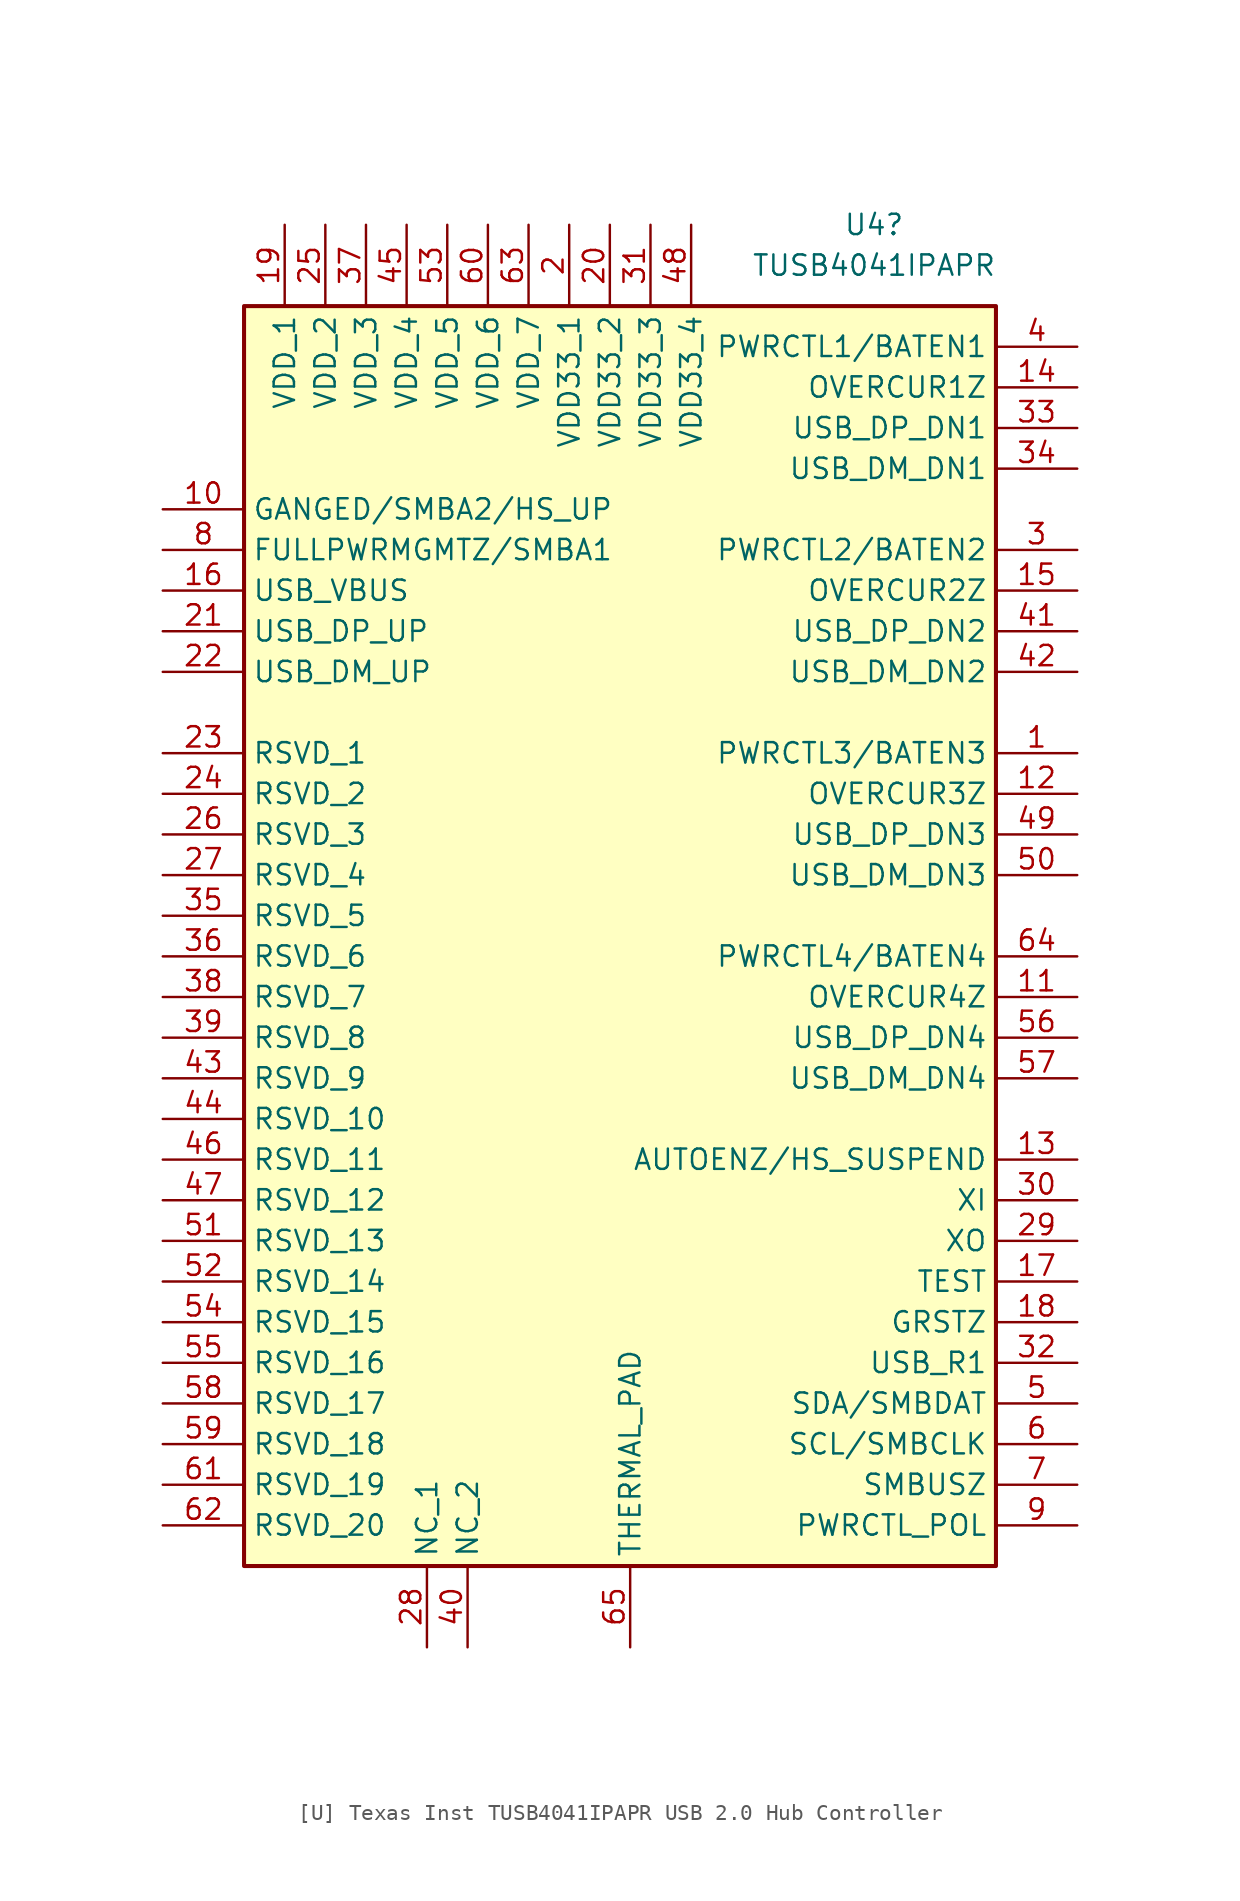
<source format=kicad_sym>
(kicad_symbol_lib
  (version 20241209)
  (generator "kicad_symbol_editor")
  (generator_version "9.0")
  (symbol "[U] Texas Inst TUSB4041IPAPR USB 2.0 Hub Controller"
    (property "Reference" "U4"
      (at 44.45 27.94 0)
      (effects (font (size 1.27 1.27))))
    (property "Value" "TUSB4041IPAPR"
      (at 44.45 25.4 0)
      (effects (font (size 1.27 1.27))))
    (symbol "[U] Texas Inst TUSB4041IPAPR USB 2.0 Hub Controller_1_1"
      (rectangle (start 5.08 22.86) (end 52.07 -55.88) (stroke (width 0.254) (type default)) (fill (type background)))
      (pin passive line (at 0 10.16 0) (length 5.08) (name "GANGED/SMBA2/HS_UP" (effects (font (size 1.27 1.27)))) (number "10" (effects (font (size 1.27 1.27)))))
      (pin passive line (at 0 7.62 0) (length 5.08) (name "FULLPWRMGMTZ/SMBA1" (effects (font (size 1.27 1.27)))) (number "8" (effects (font (size 1.27 1.27)))))
      (pin passive line (at 0 5.08 0) (length 5.08) (name "USB_VBUS" (effects (font (size 1.27 1.27)))) (number "16" (effects (font (size 1.27 1.27)))))
      (pin passive line (at 0 2.54 0) (length 5.08) (name "USB_DP_UP" (effects (font (size 1.27 1.27)))) (number "21" (effects (font (size 1.27 1.27)))))
      (pin passive line (at 0 0 0) (length 5.08) (name "USB_DM_UP" (effects (font (size 1.27 1.27)))) (number "22" (effects (font (size 1.27 1.27)))))
      (pin passive line (at 0 -5.08 0) (length 5.08) (name "RSVD_1" (effects (font (size 1.27 1.27)))) (number "23" (effects (font (size 1.27 1.27)))))
      (pin passive line (at 0 -7.62 0) (length 5.08) (name "RSVD_2" (effects (font (size 1.27 1.27)))) (number "24" (effects (font (size 1.27 1.27)))))
      (pin passive line (at 0 -10.16 0) (length 5.08) (name "RSVD_3" (effects (font (size 1.27 1.27)))) (number "26" (effects (font (size 1.27 1.27)))))
      (pin passive line (at 0 -12.7 0) (length 5.08) (name "RSVD_4" (effects (font (size 1.27 1.27)))) (number "27" (effects (font (size 1.27 1.27)))))
      (pin passive line (at 0 -15.24 0) (length 5.08) (name "RSVD_5" (effects (font (size 1.27 1.27)))) (number "35" (effects (font (size 1.27 1.27)))))
      (pin passive line (at 0 -17.78 0) (length 5.08) (name "RSVD_6" (effects (font (size 1.27 1.27)))) (number "36" (effects (font (size 1.27 1.27)))))
      (pin passive line (at 0 -20.32 0) (length 5.08) (name "RSVD_7" (effects (font (size 1.27 1.27)))) (number "38" (effects (font (size 1.27 1.27)))))
      (pin passive line (at 0 -22.86 0) (length 5.08) (name "RSVD_8" (effects (font (size 1.27 1.27)))) (number "39" (effects (font (size 1.27 1.27)))))
      (pin passive line (at 0 -25.4 0) (length 5.08) (name "RSVD_9" (effects (font (size 1.27 1.27)))) (number "43" (effects (font (size 1.27 1.27)))))
      (pin passive line (at 0 -27.94 0) (length 5.08) (name "RSVD_10" (effects (font (size 1.27 1.27)))) (number "44" (effects (font (size 1.27 1.27)))))
      (pin passive line (at 0 -30.48 0) (length 5.08) (name "RSVD_11" (effects (font (size 1.27 1.27)))) (number "46" (effects (font (size 1.27 1.27)))))
      (pin passive line (at 0 -33.02 0) (length 5.08) (name "RSVD_12" (effects (font (size 1.27 1.27)))) (number "47" (effects (font (size 1.27 1.27)))))
      (pin passive line (at 0 -35.56 0) (length 5.08) (name "RSVD_13" (effects (font (size 1.27 1.27)))) (number "51" (effects (font (size 1.27 1.27)))))
      (pin passive line (at 0 -38.1 0) (length 5.08) (name "RSVD_14" (effects (font (size 1.27 1.27)))) (number "52" (effects (font (size 1.27 1.27)))))
      (pin passive line (at 0 -40.64 0) (length 5.08) (name "RSVD_15" (effects (font (size 1.27 1.27)))) (number "54" (effects (font (size 1.27 1.27)))))
      (pin passive line (at 0 -43.18 0) (length 5.08) (name "RSVD_16" (effects (font (size 1.27 1.27)))) (number "55" (effects (font (size 1.27 1.27)))))
      (pin passive line (at 0 -45.72 0) (length 5.08) (name "RSVD_17" (effects (font (size 1.27 1.27)))) (number "58" (effects (font (size 1.27 1.27)))))
      (pin passive line (at 0 -48.26 0) (length 5.08) (name "RSVD_18" (effects (font (size 1.27 1.27)))) (number "59" (effects (font (size 1.27 1.27)))))
      (pin passive line (at 0 -50.8 0) (length 5.08) (name "RSVD_19" (effects (font (size 1.27 1.27)))) (number "61" (effects (font (size 1.27 1.27)))))
      (pin passive line (at 0 -53.34 0) (length 5.08) (name "RSVD_20" (effects (font (size 1.27 1.27)))) (number "62" (effects (font (size 1.27 1.27)))))
      (pin passive line (at 7.62 27.94 270) (length 5.08) (name "VDD_1" (effects (font (size 1.27 1.27)))) (number "19" (effects (font (size 1.27 1.27)))))
      (pin passive line (at 10.16 27.94 270) (length 5.08) (name "VDD_2" (effects (font (size 1.27 1.27)))) (number "25" (effects (font (size 1.27 1.27)))))
      (pin passive line (at 12.7 27.94 270) (length 5.08) (name "VDD_3" (effects (font (size 1.27 1.27)))) (number "37" (effects (font (size 1.27 1.27)))))
      (pin passive line (at 15.24 27.94 270) (length 5.08) (name "VDD_4" (effects (font (size 1.27 1.27)))) (number "45" (effects (font (size 1.27 1.27)))))
      (pin passive line (at 16.51 -60.96 90) (length 5.08) (name "NC_1" (effects (font (size 1.27 1.27)))) (number "28" (effects (font (size 1.27 1.27)))))
      (pin passive line (at 17.78 27.94 270) (length 5.08) (name "VDD_5" (effects (font (size 1.27 1.27)))) (number "53" (effects (font (size 1.27 1.27)))))
      (pin passive line (at 19.05 -60.96 90) (length 5.08) (name "NC_2" (effects (font (size 1.27 1.27)))) (number "40" (effects (font (size 1.27 1.27)))))
      (pin passive line (at 20.32 27.94 270) (length 5.08) (name "VDD_6" (effects (font (size 1.27 1.27)))) (number "60" (effects (font (size 1.27 1.27)))))
      (pin passive line (at 22.86 27.94 270) (length 5.08) (name "VDD_7" (effects (font (size 1.27 1.27)))) (number "63" (effects (font (size 1.27 1.27)))))
      (pin passive line (at 25.4 27.94 270) (length 5.08) (name "VDD33_1" (effects (font (size 1.27 1.27)))) (number "2" (effects (font (size 1.27 1.27)))))
      (pin passive line (at 27.94 27.94 270) (length 5.08) (name "VDD33_2" (effects (font (size 1.27 1.27)))) (number "20" (effects (font (size 1.27 1.27)))))
      (pin passive line (at 29.21 -60.96 90) (length 5.08) (name "THERMAL_PAD" (effects (font (size 1.27 1.27)))) (number "65" (effects (font (size 1.27 1.27)))))
      (pin passive line (at 30.48 27.94 270) (length 5.08) (name "VDD33_3" (effects (font (size 1.27 1.27)))) (number "31" (effects (font (size 1.27 1.27)))))
      (pin passive line (at 33.02 27.94 270) (length 5.08) (name "VDD33_4" (effects (font (size 1.27 1.27)))) (number "48" (effects (font (size 1.27 1.27)))))
      (pin passive line (at 57.15 20.32 180) (length 5.08) (name "PWRCTL1/BATEN1" (effects (font (size 1.27 1.27)))) (number "4" (effects (font (size 1.27 1.27)))))
      (pin passive line (at 57.15 17.78 180) (length 5.08) (name "OVERCUR1Z" (effects (font (size 1.27 1.27)))) (number "14" (effects (font (size 1.27 1.27)))))
      (pin passive line (at 57.15 15.24 180) (length 5.08) (name "USB_DP_DN1" (effects (font (size 1.27 1.27)))) (number "33" (effects (font (size 1.27 1.27)))))
      (pin passive line (at 57.15 12.7 180) (length 5.08) (name "USB_DM_DN1" (effects (font (size 1.27 1.27)))) (number "34" (effects (font (size 1.27 1.27)))))
      (pin passive line (at 57.15 7.62 180) (length 5.08) (name "PWRCTL2/BATEN2" (effects (font (size 1.27 1.27)))) (number "3" (effects (font (size 1.27 1.27)))))
      (pin passive line (at 57.15 5.08 180) (length 5.08) (name "OVERCUR2Z" (effects (font (size 1.27 1.27)))) (number "15" (effects (font (size 1.27 1.27)))))
      (pin passive line (at 57.15 2.54 180) (length 5.08) (name "USB_DP_DN2" (effects (font (size 1.27 1.27)))) (number "41" (effects (font (size 1.27 1.27)))))
      (pin passive line (at 57.15 0 180) (length 5.08) (name "USB_DM_DN2" (effects (font (size 1.27 1.27)))) (number "42" (effects (font (size 1.27 1.27)))))
      (pin passive line (at 57.15 -5.08 180) (length 5.08) (name "PWRCTL3/BATEN3" (effects (font (size 1.27 1.27)))) (number "1" (effects (font (size 1.27 1.27)))))
      (pin passive line (at 57.15 -7.62 180) (length 5.08) (name "OVERCUR3Z" (effects (font (size 1.27 1.27)))) (number "12" (effects (font (size 1.27 1.27)))))
      (pin passive line (at 57.15 -10.16 180) (length 5.08) (name "USB_DP_DN3" (effects (font (size 1.27 1.27)))) (number "49" (effects (font (size 1.27 1.27)))))
      (pin passive line (at 57.15 -12.7 180) (length 5.08) (name "USB_DM_DN3" (effects (font (size 1.27 1.27)))) (number "50" (effects (font (size 1.27 1.27)))))
      (pin passive line (at 57.15 -17.78 180) (length 5.08) (name "PWRCTL4/BATEN4" (effects (font (size 1.27 1.27)))) (number "64" (effects (font (size 1.27 1.27)))))
      (pin passive line (at 57.15 -20.32 180) (length 5.08) (name "OVERCUR4Z" (effects (font (size 1.27 1.27)))) (number "11" (effects (font (size 1.27 1.27)))))
      (pin passive line (at 57.15 -22.86 180) (length 5.08) (name "USB_DP_DN4" (effects (font (size 1.27 1.27)))) (number "56" (effects (font (size 1.27 1.27)))))
      (pin passive line (at 57.15 -25.4 180) (length 5.08) (name "USB_DM_DN4" (effects (font (size 1.27 1.27)))) (number "57" (effects (font (size 1.27 1.27)))))
      (pin passive line (at 57.15 -30.48 180) (length 5.08) (name "AUTOENZ/HS_SUSPEND" (effects (font (size 1.27 1.27)))) (number "13" (effects (font (size 1.27 1.27)))))
      (pin passive line (at 57.15 -33.02 180) (length 5.08) (name "XI" (effects (font (size 1.27 1.27)))) (number "30" (effects (font (size 1.27 1.27)))))
      (pin passive line (at 57.15 -35.56 180) (length 5.08) (name "XO" (effects (font (size 1.27 1.27)))) (number "29" (effects (font (size 1.27 1.27)))))
      (pin passive line (at 57.15 -38.1 180) (length 5.08) (name "TEST" (effects (font (size 1.27 1.27)))) (number "17" (effects (font (size 1.27 1.27)))))
      (pin passive line (at 57.15 -40.64 180) (length 5.08) (name "GRSTZ" (effects (font (size 1.27 1.27)))) (number "18" (effects (font (size 1.27 1.27)))))
      (pin passive line (at 57.15 -43.18 180) (length 5.08) (name "USB_R1" (effects (font (size 1.27 1.27)))) (number "32" (effects (font (size 1.27 1.27)))))
      (pin passive line (at 57.15 -45.72 180) (length 5.08) (name "SDA/SMBDAT" (effects (font (size 1.27 1.27)))) (number "5" (effects (font (size 1.27 1.27)))))
      (pin passive line (at 57.15 -48.26 180) (length 5.08) (name "SCL/SMBCLK" (effects (font (size 1.27 1.27)))) (number "6" (effects (font (size 1.27 1.27)))))
      (pin passive line (at 57.15 -50.8 180) (length 5.08) (name "SMBUSZ" (effects (font (size 1.27 1.27)))) (number "7" (effects (font (size 1.27 1.27)))))
      (pin passive line (at 57.15 -53.34 180) (length 5.08) (name "PWRCTL_POL" (effects (font (size 1.27 1.27)))) (number "9" (effects (font (size 1.27 1.27))))))))
</source>
